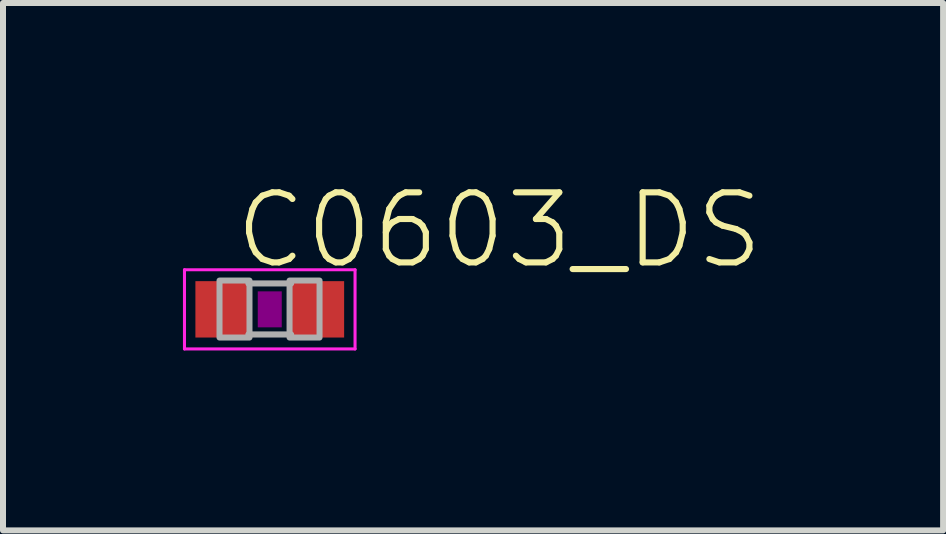
<source format=kicad_pcb>
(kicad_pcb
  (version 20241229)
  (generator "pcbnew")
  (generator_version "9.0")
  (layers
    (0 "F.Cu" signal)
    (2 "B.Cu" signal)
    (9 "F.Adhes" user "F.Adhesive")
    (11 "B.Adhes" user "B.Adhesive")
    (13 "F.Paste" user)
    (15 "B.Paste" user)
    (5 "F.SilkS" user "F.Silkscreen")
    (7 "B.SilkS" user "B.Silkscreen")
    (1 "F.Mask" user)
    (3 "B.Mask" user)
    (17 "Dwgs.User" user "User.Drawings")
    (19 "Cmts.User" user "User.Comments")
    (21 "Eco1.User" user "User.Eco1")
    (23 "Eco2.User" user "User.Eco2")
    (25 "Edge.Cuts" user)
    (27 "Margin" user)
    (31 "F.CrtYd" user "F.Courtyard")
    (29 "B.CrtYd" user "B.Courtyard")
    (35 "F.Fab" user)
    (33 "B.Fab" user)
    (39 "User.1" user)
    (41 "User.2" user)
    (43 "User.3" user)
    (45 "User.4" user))
  (footprint "C0603_DS"
    (layer "F.Cu")
    (at 1.448 2.108)
    (property "Reference" "C0603_DS" (at -0.635 -0.635 0) (unlocked yes) (layer "F.SilkS") (effects (font (size 1.168 1.168) (thickness 0.102)) (justify left bottom)))
    (fp_poly (pts (xy -0.2 0.3) (xy 0.2 0.3) (xy 0.2 -0.3) (xy -0.2 -0.3)) (stroke (width 0) (type default)) (fill yes) (layer "F.Adhes"))
    (fp_line (start -1.422 -0.66) (end 1.422 -0.66) (stroke (width 0.051) (type solid)) (layer "F.CrtYd"))
    (fp_line (start -1.422 0.66) (end -1.422 -0.66) (stroke (width 0.051) (type solid)) (layer "F.CrtYd"))
    (fp_line (start 1.422 -0.66) (end 1.422 0.66) (stroke (width 0.051) (type solid)) (layer "F.CrtYd"))
    (fp_line (start 1.422 0.66) (end -1.422 0.66) (stroke (width 0.051) (type solid)) (layer "F.CrtYd"))
    (fp_line (start -0.356 -0.432) (end 0.356 -0.432) (stroke (width 0.102) (type solid)) (layer "F.Fab"))
    (fp_line (start -0.356 0.419) (end 0.356 0.419) (stroke (width 0.102) (type solid)) (layer "F.Fab"))
    (fp_poly (pts (xy -0.838 0.47) (xy -0.338 0.47) (xy -0.338 -0.48) (xy -0.838 -0.48)) (stroke (width 0.1) (type default)) (fill no) (layer "F.Fab"))
    (fp_poly (pts (xy 0.33 0.47) (xy 0.83 0.47) (xy 0.83 -0.48) (xy 0.33 -0.48)) (stroke (width 0.1) (type default)) (fill no) (layer "F.Fab"))
    (pad "1" smd rect (at -0.77 0) (size 0.94 0.94) (layers "F.Cu" "F.Mask" "F.Paste"))
    (pad "2" smd rect (at 0.77 0) (size 0.94 0.94) (layers "F.Cu" "F.Mask" "F.Paste")))
  (gr_rect
    (start -3 -3)
    (end 12.675 5.794)
    (stroke (width 0.1) (type default))
    (fill no)
    (layer "Edge.Cuts")))
</source>
